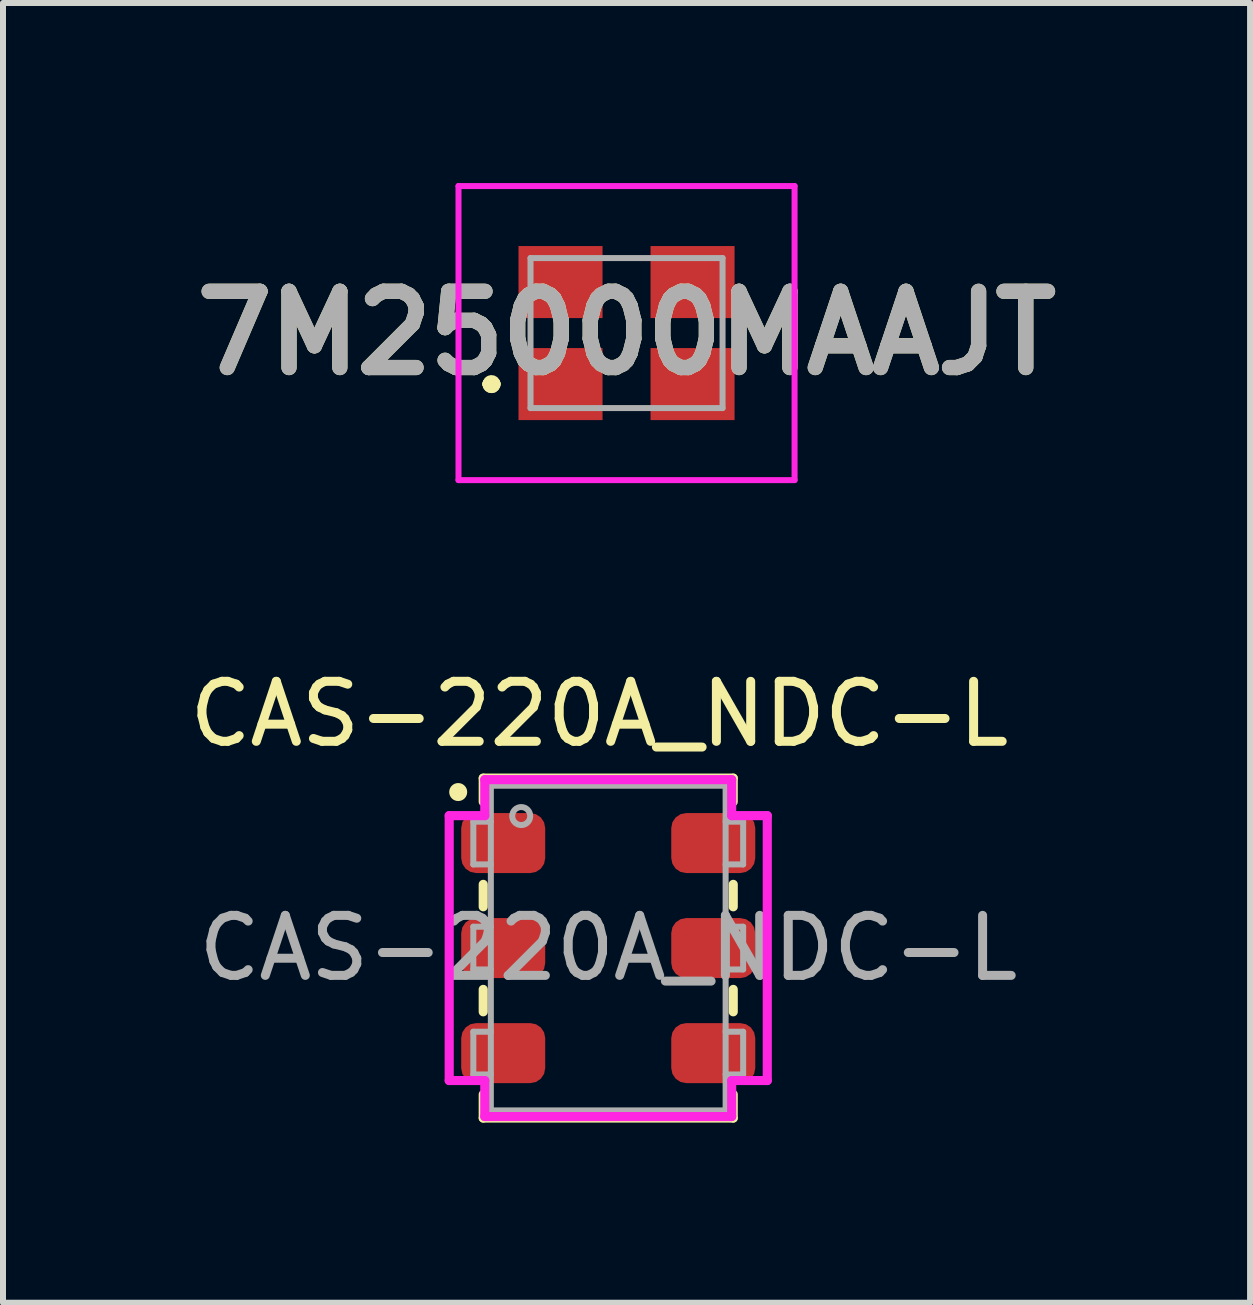
<source format=kicad_pcb>
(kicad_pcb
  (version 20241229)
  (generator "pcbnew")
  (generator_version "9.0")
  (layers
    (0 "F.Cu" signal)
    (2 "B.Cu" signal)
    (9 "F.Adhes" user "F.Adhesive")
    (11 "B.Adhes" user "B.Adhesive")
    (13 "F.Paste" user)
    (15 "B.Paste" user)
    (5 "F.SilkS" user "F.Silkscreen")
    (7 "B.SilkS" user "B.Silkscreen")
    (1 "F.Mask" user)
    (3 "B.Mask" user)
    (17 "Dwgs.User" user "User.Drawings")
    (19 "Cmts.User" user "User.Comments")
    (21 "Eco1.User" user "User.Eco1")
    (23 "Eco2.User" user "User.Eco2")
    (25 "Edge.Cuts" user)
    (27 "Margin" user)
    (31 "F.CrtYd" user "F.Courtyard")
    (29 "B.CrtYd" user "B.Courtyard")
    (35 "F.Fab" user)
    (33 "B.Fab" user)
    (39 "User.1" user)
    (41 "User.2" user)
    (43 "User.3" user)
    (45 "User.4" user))
  (footprint "CAS-220A_NDC-L"
    (layer "F.Cu")
    (at 7.085 12.748)
    (property "Reference" "CAS-220A_NDC-L" (at -0.15 -3.9 0) (unlocked yes) (layer "F.SilkS") (effects (font (size 1 1) (thickness 0.15))))
    (attr smd)
    (fp_line (start -2.083 -2.832) (end -2.083 -2.438) (stroke (width 0.152) (type solid)) (layer "F.SilkS"))
    (fp_line (start -2.083 -1.062) (end -2.083 -0.688) (stroke (width 0.152) (type solid)) (layer "F.SilkS"))
    (fp_line (start -2.083 0.688) (end -2.083 1.062) (stroke (width 0.152) (type solid)) (layer "F.SilkS"))
    (fp_line (start -2.083 2.438) (end -2.083 2.832) (stroke (width 0.152) (type solid)) (layer "F.SilkS"))
    (fp_line (start -2.083 2.832) (end 2.083 2.832) (stroke (width 0.152) (type solid)) (layer "F.SilkS"))
    (fp_line (start 2.083 -2.832) (end -2.083 -2.832) (stroke (width 0.152) (type solid)) (layer "F.SilkS"))
    (fp_line (start 2.083 -2.438) (end 2.083 -2.832) (stroke (width 0.152) (type solid)) (layer "F.SilkS"))
    (fp_line (start 2.083 -0.688) (end 2.083 -1.062) (stroke (width 0.152) (type solid)) (layer "F.SilkS"))
    (fp_line (start 2.083 1.062) (end 2.083 0.688) (stroke (width 0.152) (type solid)) (layer "F.SilkS"))
    (fp_line (start 2.083 2.832) (end 2.083 2.438) (stroke (width 0.152) (type solid)) (layer "F.SilkS"))
    (fp_circle (center -2.5 -2.6) (end -2.4 -2.6) (stroke (width 0.1) (type solid)) (fill yes) (layer "F.SilkS"))
    (fp_line (start -2.65 -2.207) (end -2.057 -2.207) (stroke (width 0.152) (type solid)) (layer "F.CrtYd"))
    (fp_line (start -2.65 2.207) (end -2.65 -2.207) (stroke (width 0.152) (type solid)) (layer "F.CrtYd"))
    (fp_line (start -2.65 2.207) (end -2.057 2.207) (stroke (width 0.152) (type solid)) (layer "F.CrtYd"))
    (fp_line (start -2.057 -2.807) (end 2.057 -2.807) (stroke (width 0.152) (type solid)) (layer "F.CrtYd"))
    (fp_line (start -2.057 -2.207) (end -2.057 -2.807) (stroke (width 0.152) (type solid)) (layer "F.CrtYd"))
    (fp_line (start -2.057 2.807) (end -2.057 2.207) (stroke (width 0.152) (type solid)) (layer "F.CrtYd"))
    (fp_line (start 2.057 -2.807) (end 2.057 -2.207) (stroke (width 0.152) (type solid)) (layer "F.CrtYd"))
    (fp_line (start 2.057 2.207) (end 2.057 2.807) (stroke (width 0.152) (type solid)) (layer "F.CrtYd"))
    (fp_line (start 2.057 2.807) (end -2.057 2.807) (stroke (width 0.152) (type solid)) (layer "F.CrtYd"))
    (fp_line (start 2.65 -2.207) (end 2.057 -2.207) (stroke (width 0.152) (type solid)) (layer "F.CrtYd"))
    (fp_line (start 2.65 -2.207) (end 2.65 2.207) (stroke (width 0.152) (type solid)) (layer "F.CrtYd"))
    (fp_line (start 2.65 2.207) (end 2.057 2.207) (stroke (width 0.152) (type solid)) (layer "F.CrtYd"))
    (fp_line (start -2.248 -2.106) (end -2.248 -1.394) (stroke (width 0.1) (type solid)) (layer "F.Fab"))
    (fp_line (start -2.248 -1.394) (end -1.956 -1.394) (stroke (width 0.1) (type solid)) (layer "F.Fab"))
    (fp_line (start -2.248 -0.356) (end -2.248 0.356) (stroke (width 0.1) (type solid)) (layer "F.Fab"))
    (fp_line (start -2.248 0.356) (end -1.956 0.356) (stroke (width 0.1) (type solid)) (layer "F.Fab"))
    (fp_line (start -2.248 1.394) (end -2.248 2.106) (stroke (width 0.1) (type solid)) (layer "F.Fab"))
    (fp_line (start -2.248 2.106) (end -1.956 2.106) (stroke (width 0.1) (type solid)) (layer "F.Fab"))
    (fp_line (start -1.956 -2.705) (end -1.956 2.705) (stroke (width 0.1) (type solid)) (layer "F.Fab"))
    (fp_line (start -1.956 -2.106) (end -2.248 -2.106) (stroke (width 0.1) (type solid)) (layer "F.Fab"))
    (fp_line (start -1.956 -1.394) (end -1.956 -2.106) (stroke (width 0.025) (type solid)) (layer "F.Fab"))
    (fp_line (start -1.956 -0.356) (end -2.248 -0.356) (stroke (width 0.1) (type solid)) (layer "F.Fab"))
    (fp_line (start -1.956 0.356) (end -1.956 -0.356) (stroke (width 0.025) (type solid)) (layer "F.Fab"))
    (fp_line (start -1.956 1.394) (end -2.248 1.394) (stroke (width 0.1) (type solid)) (layer "F.Fab"))
    (fp_line (start -1.956 2.106) (end -1.956 1.394) (stroke (width 0.025) (type solid)) (layer "F.Fab"))
    (fp_line (start -1.956 2.705) (end 1.956 2.705) (stroke (width 0.1) (type solid)) (layer "F.Fab"))
    (fp_line (start 1.956 -2.705) (end -1.956 -2.705) (stroke (width 0.1) (type solid)) (layer "F.Fab"))
    (fp_line (start 1.956 -2.106) (end 1.956 -1.394) (stroke (width 0.025) (type solid)) (layer "F.Fab"))
    (fp_line (start 1.956 -1.394) (end 2.248 -1.394) (stroke (width 0.1) (type solid)) (layer "F.Fab"))
    (fp_line (start 1.956 -0.356) (end 1.956 0.356) (stroke (width 0.025) (type solid)) (layer "F.Fab"))
    (fp_line (start 1.956 0.356) (end 2.248 0.356) (stroke (width 0.1) (type solid)) (layer "F.Fab"))
    (fp_line (start 1.956 1.394) (end 1.956 2.106) (stroke (width 0.025) (type solid)) (layer "F.Fab"))
    (fp_line (start 1.956 2.106) (end 2.248 2.106) (stroke (width 0.1) (type solid)) (layer "F.Fab"))
    (fp_line (start 1.956 2.705) (end 1.956 -2.705) (stroke (width 0.1) (type solid)) (layer "F.Fab"))
    (fp_line (start 2.248 -2.106) (end 1.956 -2.106) (stroke (width 0.1) (type solid)) (layer "F.Fab"))
    (fp_line (start 2.248 -1.394) (end 2.248 -2.106) (stroke (width 0.1) (type solid)) (layer "F.Fab"))
    (fp_line (start 2.248 -0.356) (end 1.956 -0.356) (stroke (width 0.1) (type solid)) (layer "F.Fab"))
    (fp_line (start 2.248 0.356) (end 2.248 -0.356) (stroke (width 0.1) (type solid)) (layer "F.Fab"))
    (fp_line (start 2.248 1.394) (end 1.956 1.394) (stroke (width 0.1) (type solid)) (layer "F.Fab"))
    (fp_line (start 2.248 2.106) (end 2.248 1.394) (stroke (width 0.1) (type solid)) (layer "F.Fab"))
    (fp_circle (center -1.45 -2.2) (end -1.3 -2.2) (stroke (width 0.1) (type solid)) (fill no) (layer "F.Fab"))
    (fp_text user "${REFERENCE}" (at 0 0 0) (layer "F.Fab") (effects (font (size 1 1) (thickness 0.15))))
    (pad "1" smd roundrect (at -1.75 -1.75) (size 1.4 1) (layers "F.Cu" "F.Mask" "F.Paste") (roundrect_rratio 0.25))
    (pad "2" smd roundrect (at -1.75 0) (size 1.4 1) (layers "F.Cu" "F.Mask" "F.Paste") (roundrect_rratio 0.25))
    (pad "3" smd roundrect (at -1.75 1.75) (size 1.4 1) (layers "F.Cu" "F.Mask" "F.Paste") (roundrect_rratio 0.25))
    (pad "4" smd roundrect (at 1.75 -1.75) (size 1.4 1) (layers "F.Cu" "F.Mask" "F.Paste") (roundrect_rratio 0.25))
    (pad "5" smd roundrect (at 1.75 0) (size 1.4 1) (layers "F.Cu" "F.Mask" "F.Paste") (roundrect_rratio 0.25))
    (pad "6" smd roundrect (at 1.75 1.75) (size 1.4 1) (layers "F.Cu" "F.Mask" "F.Paste") (roundrect_rratio 0.25)))
  (footprint "7M25000MAAJT"
    (layer "F.Cu")
    (at 7.39 2.5)
    (property "Reference" "7M25000MAAJT" (at 0 0 0) (layer "F.SilkS") (effects (font (size 1.27 1.27) (thickness 0.254))))
    (attr smd)
    (fp_line (start -2.3 0.85) (end -2.3 0.85) (stroke (width 0.2) (type solid)) (layer "F.SilkS"))
    (fp_line (start -2.3 0.85) (end -2.3 0.85) (stroke (width 0.2) (type solid)) (layer "F.SilkS"))
    (fp_line (start -2.2 0.85) (end -2.2 0.85) (stroke (width 0.2) (type solid)) (layer "F.SilkS"))
    (fp_arc (start -2.3 0.85) (mid -2.25 0.8) (end -2.2 0.85) (stroke (width 0.2) (type solid)) (layer "F.SilkS"))
    (fp_arc (start -2.2 0.85) (mid -2.25 0.9) (end -2.3 0.85) (stroke (width 0.2) (type solid)) (layer "F.SilkS"))
    (fp_arc (start -2.2 0.85) (mid -2.25 0.9) (end -2.3 0.85) (stroke (width 0.2) (type solid)) (layer "F.SilkS"))
    (fp_line (start -2.8 -2.45) (end 2.8 -2.45) (stroke (width 0.1) (type solid)) (layer "F.CrtYd"))
    (fp_line (start -2.8 2.45) (end -2.8 -2.45) (stroke (width 0.1) (type solid)) (layer "F.CrtYd"))
    (fp_line (start 2.8 -2.45) (end 2.8 2.45) (stroke (width 0.1) (type solid)) (layer "F.CrtYd"))
    (fp_line (start 2.8 2.45) (end -2.8 2.45) (stroke (width 0.1) (type solid)) (layer "F.CrtYd"))
    (fp_line (start -1.6 -1.25) (end -1.6 1.25) (stroke (width 0.1) (type solid)) (layer "F.Fab"))
    (fp_line (start -1.6 1.25) (end 1.6 1.25) (stroke (width 0.1) (type solid)) (layer "F.Fab"))
    (fp_line (start 1.6 -1.25) (end -1.6 -1.25) (stroke (width 0.1) (type solid)) (layer "F.Fab"))
    (fp_line (start 1.6 1.25) (end 1.6 -1.25) (stroke (width 0.1) (type solid)) (layer "F.Fab"))
    (fp_text user "${REFERENCE}" (at 0 0 0) (layer "F.Fab") (effects (font (size 1.27 1.27) (thickness 0.254))))
    (pad "1" smd rect (at -1.1 0.85 90) (size 1.2 1.4) (layers "F.Cu" "F.Mask" "F.Paste"))
    (pad "2" smd rect (at 1.1 0.85 90) (size 1.2 1.4) (layers "F.Cu" "F.Mask" "F.Paste"))
    (pad "3" smd rect (at 1.1 -0.85 90) (size 1.2 1.4) (layers "F.Cu" "F.Mask" "F.Paste"))
    (pad "4" smd rect (at -1.1 -0.85 90) (size 1.2 1.4) (layers "F.Cu" "F.Mask" "F.Paste")))
  (gr_rect
    (start -3 -3)
    (end 17.78 18.657)
    (stroke (width 0.1) (type default))
    (fill no)
    (layer "Edge.Cuts")))
</source>
